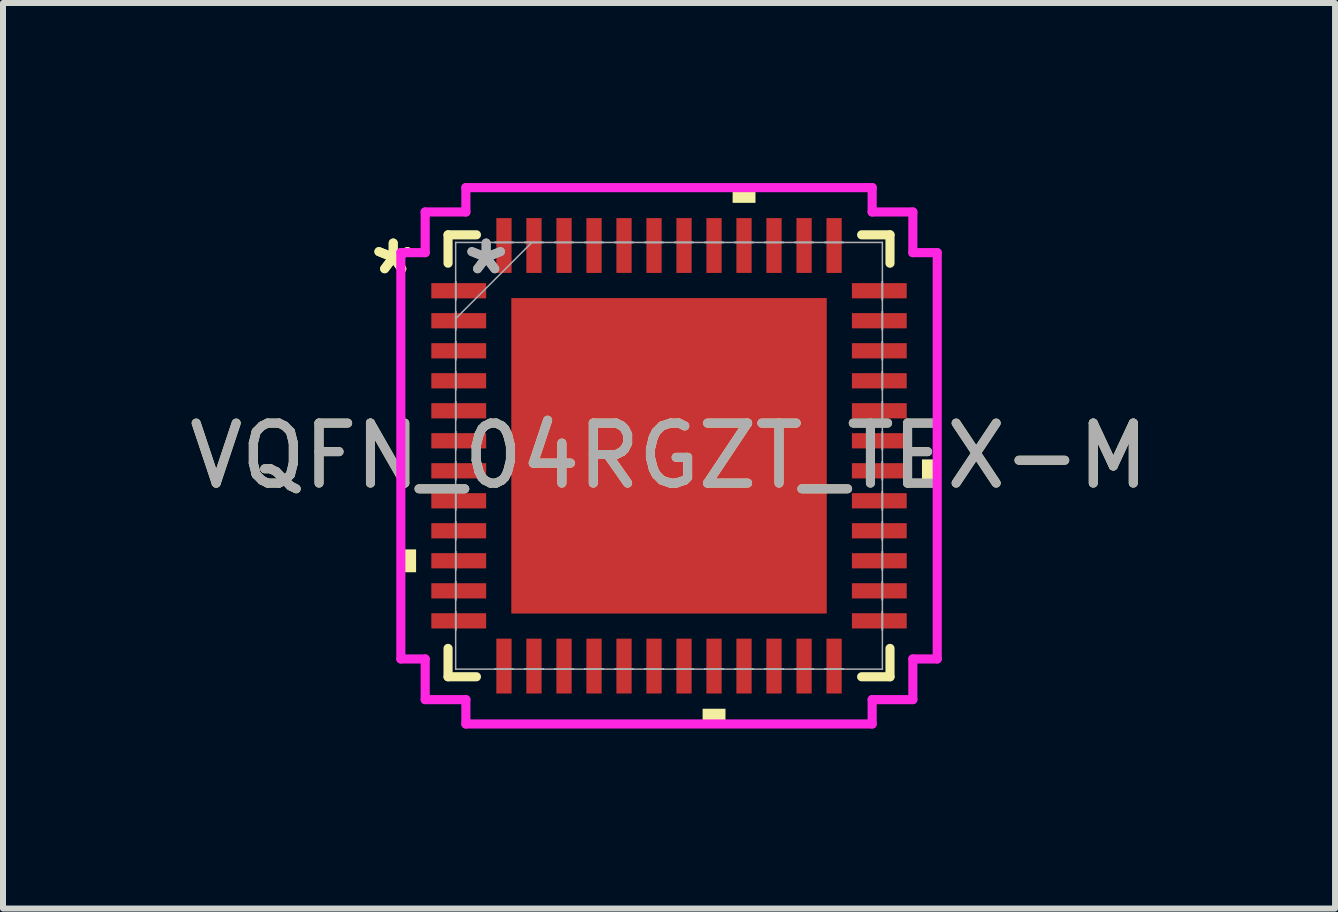
<source format=kicad_pcb>
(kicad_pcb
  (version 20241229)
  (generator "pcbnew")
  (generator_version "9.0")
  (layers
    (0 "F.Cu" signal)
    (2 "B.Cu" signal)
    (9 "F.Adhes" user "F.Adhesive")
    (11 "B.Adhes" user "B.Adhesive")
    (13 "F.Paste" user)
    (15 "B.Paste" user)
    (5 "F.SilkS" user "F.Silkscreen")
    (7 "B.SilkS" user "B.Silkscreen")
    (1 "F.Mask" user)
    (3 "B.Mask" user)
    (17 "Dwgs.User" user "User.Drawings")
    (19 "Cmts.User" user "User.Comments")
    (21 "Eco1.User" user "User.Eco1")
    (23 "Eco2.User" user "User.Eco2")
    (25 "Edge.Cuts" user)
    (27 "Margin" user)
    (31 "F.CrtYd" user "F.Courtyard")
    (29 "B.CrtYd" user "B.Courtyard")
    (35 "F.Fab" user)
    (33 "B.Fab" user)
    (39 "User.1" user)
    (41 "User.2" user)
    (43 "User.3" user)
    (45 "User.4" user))
  (footprint "VQFN_04RGZT_TEX-M"
    (layer "F.Cu")
    (at 8.101 4.547)
    (property "Reference" "VQFN_04RGZT_TEX-M" (at 0 0 0) (unlocked yes) (layer "F.SilkS") (effects (font (size 1 1) (thickness 0.15))))
    (attr smd)
    (fp_line (start -3.683 -3.683) (end -3.683 -3.21) (stroke (width 0.152) (type solid)) (layer "F.SilkS"))
    (fp_line (start -3.683 3.21) (end -3.683 3.683) (stroke (width 0.152) (type solid)) (layer "F.SilkS"))
    (fp_line (start -3.683 3.683) (end -3.21 3.683) (stroke (width 0.152) (type solid)) (layer "F.SilkS"))
    (fp_line (start -3.21 -3.683) (end -3.683 -3.683) (stroke (width 0.152) (type solid)) (layer "F.SilkS"))
    (fp_line (start 3.21 3.683) (end 3.683 3.683) (stroke (width 0.152) (type solid)) (layer "F.SilkS"))
    (fp_line (start 3.683 -3.683) (end 3.21 -3.683) (stroke (width 0.152) (type solid)) (layer "F.SilkS"))
    (fp_line (start 3.683 -3.21) (end 3.683 -3.683) (stroke (width 0.152) (type solid)) (layer "F.SilkS"))
    (fp_line (start 3.683 3.683) (end 3.683 3.21) (stroke (width 0.152) (type solid)) (layer "F.SilkS"))
    (fp_poly (pts (xy -4.47 1.56) (xy -4.47 1.941) (xy -4.216 1.941) (xy -4.216 1.56)) (stroke (width 0) (type solid)) (fill yes) (layer "F.SilkS"))
    (fp_poly (pts (xy 0.56 4.216) (xy 0.56 4.47) (xy 0.941 4.47) (xy 0.941 4.216)) (stroke (width 0) (type solid)) (fill yes) (layer "F.SilkS"))
    (fp_poly (pts (xy 1.06 -4.216) (xy 1.06 -4.47) (xy 1.441 -4.47) (xy 1.441 -4.216)) (stroke (width 0) (type solid)) (fill yes) (layer "F.SilkS"))
    (fp_poly (pts (xy 4.47 0.06) (xy 4.47 0.441) (xy 4.216 0.441) (xy 4.216 0.06)) (stroke (width 0) (type solid)) (fill yes) (layer "F.SilkS"))
    (fp_poly (pts (xy -2.529 -2.529) (xy -2.529 -1.414) (xy -1.414 -1.414) (xy -1.414 -2.529)) (stroke (width 0) (type solid)) (fill yes) (layer "F.Paste"))
    (fp_poly (pts (xy -2.529 -1.214) (xy -2.529 -0.1) (xy -1.414 -0.1) (xy -1.414 -1.214)) (stroke (width 0) (type solid)) (fill yes) (layer "F.Paste"))
    (fp_poly (pts (xy -2.529 0.1) (xy -2.529 1.214) (xy -1.414 1.214) (xy -1.414 0.1)) (stroke (width 0) (type solid)) (fill yes) (layer "F.Paste"))
    (fp_poly (pts (xy -2.529 1.414) (xy -2.529 2.529) (xy -1.414 2.529) (xy -1.414 1.414)) (stroke (width 0) (type solid)) (fill yes) (layer "F.Paste"))
    (fp_poly (pts (xy -1.214 -2.529) (xy -1.214 -1.414) (xy -0.1 -1.414) (xy -0.1 -2.529)) (stroke (width 0) (type solid)) (fill yes) (layer "F.Paste"))
    (fp_poly (pts (xy -1.214 -1.214) (xy -1.214 -0.1) (xy -0.1 -0.1) (xy -0.1 -1.214)) (stroke (width 0) (type solid)) (fill yes) (layer "F.Paste"))
    (fp_poly (pts (xy -1.214 0.1) (xy -1.214 1.214) (xy -0.1 1.214) (xy -0.1 0.1)) (stroke (width 0) (type solid)) (fill yes) (layer "F.Paste"))
    (fp_poly (pts (xy -1.214 1.414) (xy -1.214 2.529) (xy -0.1 2.529) (xy -0.1 1.414)) (stroke (width 0) (type solid)) (fill yes) (layer "F.Paste"))
    (fp_poly (pts (xy 0.1 -2.529) (xy 0.1 -1.414) (xy 1.214 -1.414) (xy 1.214 -2.529)) (stroke (width 0) (type solid)) (fill yes) (layer "F.Paste"))
    (fp_poly (pts (xy 0.1 -1.214) (xy 0.1 -0.1) (xy 1.214 -0.1) (xy 1.214 -1.214)) (stroke (width 0) (type solid)) (fill yes) (layer "F.Paste"))
    (fp_poly (pts (xy 0.1 0.1) (xy 0.1 1.214) (xy 1.214 1.214) (xy 1.214 0.1)) (stroke (width 0) (type solid)) (fill yes) (layer "F.Paste"))
    (fp_poly (pts (xy 0.1 1.414) (xy 0.1 2.529) (xy 1.214 2.529) (xy 1.214 1.414)) (stroke (width 0) (type solid)) (fill yes) (layer "F.Paste"))
    (fp_poly (pts (xy 1.414 -2.529) (xy 1.414 -1.414) (xy 2.529 -1.414) (xy 2.529 -2.529)) (stroke (width 0) (type solid)) (fill yes) (layer "F.Paste"))
    (fp_poly (pts (xy 1.414 -1.214) (xy 1.414 -0.1) (xy 2.529 -0.1) (xy 2.529 -1.214)) (stroke (width 0) (type solid)) (fill yes) (layer "F.Paste"))
    (fp_poly (pts (xy 1.414 0.1) (xy 1.414 1.214) (xy 2.529 1.214) (xy 2.529 0.1)) (stroke (width 0) (type solid)) (fill yes) (layer "F.Paste"))
    (fp_poly (pts (xy 1.414 1.414) (xy 1.414 2.529) (xy 2.529 2.529) (xy 2.529 1.414)) (stroke (width 0) (type solid)) (fill yes) (layer "F.Paste"))
    (fp_line (start -4.47 -3.386) (end -4.064 -3.386) (stroke (width 0.152) (type solid)) (layer "F.CrtYd"))
    (fp_line (start -4.47 3.386) (end -4.47 -3.386) (stroke (width 0.152) (type solid)) (layer "F.CrtYd"))
    (fp_line (start -4.064 -4.064) (end -3.386 -4.064) (stroke (width 0.152) (type solid)) (layer "F.CrtYd"))
    (fp_line (start -4.064 -3.386) (end -4.064 -4.064) (stroke (width 0.152) (type solid)) (layer "F.CrtYd"))
    (fp_line (start -4.064 3.386) (end -4.47 3.386) (stroke (width 0.152) (type solid)) (layer "F.CrtYd"))
    (fp_line (start -4.064 4.064) (end -4.064 3.386) (stroke (width 0.152) (type solid)) (layer "F.CrtYd"))
    (fp_line (start -3.386 -4.47) (end 3.386 -4.47) (stroke (width 0.152) (type solid)) (layer "F.CrtYd"))
    (fp_line (start -3.386 -4.064) (end -3.386 -4.47) (stroke (width 0.152) (type solid)) (layer "F.CrtYd"))
    (fp_line (start -3.386 4.064) (end -4.064 4.064) (stroke (width 0.152) (type solid)) (layer "F.CrtYd"))
    (fp_line (start -3.386 4.47) (end -3.386 4.064) (stroke (width 0.152) (type solid)) (layer "F.CrtYd"))
    (fp_line (start 3.386 -4.47) (end 3.386 -4.064) (stroke (width 0.152) (type solid)) (layer "F.CrtYd"))
    (fp_line (start 3.386 -4.064) (end 4.064 -4.064) (stroke (width 0.152) (type solid)) (layer "F.CrtYd"))
    (fp_line (start 3.386 4.064) (end 3.386 4.47) (stroke (width 0.152) (type solid)) (layer "F.CrtYd"))
    (fp_line (start 3.386 4.47) (end -3.386 4.47) (stroke (width 0.152) (type solid)) (layer "F.CrtYd"))
    (fp_line (start 4.064 -4.064) (end 4.064 -3.386) (stroke (width 0.152) (type solid)) (layer "F.CrtYd"))
    (fp_line (start 4.064 -3.386) (end 4.47 -3.386) (stroke (width 0.152) (type solid)) (layer "F.CrtYd"))
    (fp_line (start 4.064 3.386) (end 4.064 4.064) (stroke (width 0.152) (type solid)) (layer "F.CrtYd"))
    (fp_line (start 4.064 4.064) (end 3.386 4.064) (stroke (width 0.152) (type solid)) (layer "F.CrtYd"))
    (fp_line (start 4.47 -3.386) (end 4.47 3.386) (stroke (width 0.152) (type solid)) (layer "F.CrtYd"))
    (fp_line (start 4.47 3.386) (end 4.064 3.386) (stroke (width 0.152) (type solid)) (layer "F.CrtYd"))
    (fp_line (start -3.556 -3.556) (end -3.556 -3.556) (stroke (width 0.025) (type solid)) (layer "F.Fab"))
    (fp_line (start -3.556 -3.556) (end -3.556 3.556) (stroke (width 0.025) (type solid)) (layer "F.Fab"))
    (fp_line (start -3.556 -2.903) (end -3.556 -2.903) (stroke (width 0.025) (type solid)) (layer "F.Fab"))
    (fp_line (start -3.556 -2.903) (end -3.556 -2.598) (stroke (width 0.025) (type solid)) (layer "F.Fab"))
    (fp_line (start -3.556 -2.598) (end -3.556 -2.903) (stroke (width 0.025) (type solid)) (layer "F.Fab"))
    (fp_line (start -3.556 -2.598) (end -3.556 -2.598) (stroke (width 0.025) (type solid)) (layer "F.Fab"))
    (fp_line (start -3.556 -2.403) (end -3.556 -2.403) (stroke (width 0.025) (type solid)) (layer "F.Fab"))
    (fp_line (start -3.556 -2.403) (end -3.556 -2.098) (stroke (width 0.025) (type solid)) (layer "F.Fab"))
    (fp_line (start -3.556 -2.286) (end -2.286 -3.556) (stroke (width 0.025) (type solid)) (layer "F.Fab"))
    (fp_line (start -3.556 -2.098) (end -3.556 -2.403) (stroke (width 0.025) (type solid)) (layer "F.Fab"))
    (fp_line (start -3.556 -2.098) (end -3.556 -2.098) (stroke (width 0.025) (type solid)) (layer "F.Fab"))
    (fp_line (start -3.556 -1.903) (end -3.556 -1.903) (stroke (width 0.025) (type solid)) (layer "F.Fab"))
    (fp_line (start -3.556 -1.903) (end -3.556 -1.598) (stroke (width 0.025) (type solid)) (layer "F.Fab"))
    (fp_line (start -3.556 -1.598) (end -3.556 -1.903) (stroke (width 0.025) (type solid)) (layer "F.Fab"))
    (fp_line (start -3.556 -1.598) (end -3.556 -1.598) (stroke (width 0.025) (type solid)) (layer "F.Fab"))
    (fp_line (start -3.556 -1.403) (end -3.556 -1.403) (stroke (width 0.025) (type solid)) (layer "F.Fab"))
    (fp_line (start -3.556 -1.403) (end -3.556 -1.098) (stroke (width 0.025) (type solid)) (layer "F.Fab"))
    (fp_line (start -3.556 -1.098) (end -3.556 -1.403) (stroke (width 0.025) (type solid)) (layer "F.Fab"))
    (fp_line (start -3.556 -1.098) (end -3.556 -1.098) (stroke (width 0.025) (type solid)) (layer "F.Fab"))
    (fp_line (start -3.556 -0.903) (end -3.556 -0.903) (stroke (width 0.025) (type solid)) (layer "F.Fab"))
    (fp_line (start -3.556 -0.903) (end -3.556 -0.598) (stroke (width 0.025) (type solid)) (layer "F.Fab"))
    (fp_line (start -3.556 -0.598) (end -3.556 -0.903) (stroke (width 0.025) (type solid)) (layer "F.Fab"))
    (fp_line (start -3.556 -0.598) (end -3.556 -0.598) (stroke (width 0.025) (type solid)) (layer "F.Fab"))
    (fp_line (start -3.556 -0.402) (end -3.556 -0.402) (stroke (width 0.025) (type solid)) (layer "F.Fab"))
    (fp_line (start -3.556 -0.402) (end -3.556 -0.098) (stroke (width 0.025) (type solid)) (layer "F.Fab"))
    (fp_line (start -3.556 -0.098) (end -3.556 -0.402) (stroke (width 0.025) (type solid)) (layer "F.Fab"))
    (fp_line (start -3.556 -0.098) (end -3.556 -0.098) (stroke (width 0.025) (type solid)) (layer "F.Fab"))
    (fp_line (start -3.556 0.098) (end -3.556 0.098) (stroke (width 0.025) (type solid)) (layer "F.Fab"))
    (fp_line (start -3.556 0.098) (end -3.556 0.402) (stroke (width 0.025) (type solid)) (layer "F.Fab"))
    (fp_line (start -3.556 0.402) (end -3.556 0.098) (stroke (width 0.025) (type solid)) (layer "F.Fab"))
    (fp_line (start -3.556 0.402) (end -3.556 0.402) (stroke (width 0.025) (type solid)) (layer "F.Fab"))
    (fp_line (start -3.556 0.598) (end -3.556 0.598) (stroke (width 0.025) (type solid)) (layer "F.Fab"))
    (fp_line (start -3.556 0.598) (end -3.556 0.903) (stroke (width 0.025) (type solid)) (layer "F.Fab"))
    (fp_line (start -3.556 0.903) (end -3.556 0.598) (stroke (width 0.025) (type solid)) (layer "F.Fab"))
    (fp_line (start -3.556 0.903) (end -3.556 0.903) (stroke (width 0.025) (type solid)) (layer "F.Fab"))
    (fp_line (start -3.556 1.098) (end -3.556 1.098) (stroke (width 0.025) (type solid)) (layer "F.Fab"))
    (fp_line (start -3.556 1.098) (end -3.556 1.403) (stroke (width 0.025) (type solid)) (layer "F.Fab"))
    (fp_line (start -3.556 1.403) (end -3.556 1.098) (stroke (width 0.025) (type solid)) (layer "F.Fab"))
    (fp_line (start -3.556 1.403) (end -3.556 1.403) (stroke (width 0.025) (type solid)) (layer "F.Fab"))
    (fp_line (start -3.556 1.598) (end -3.556 1.598) (stroke (width 0.025) (type solid)) (layer "F.Fab"))
    (fp_line (start -3.556 1.598) (end -3.556 1.903) (stroke (width 0.025) (type solid)) (layer "F.Fab"))
    (fp_line (start -3.556 1.903) (end -3.556 1.598) (stroke (width 0.025) (type solid)) (layer "F.Fab"))
    (fp_line (start -3.556 1.903) (end -3.556 1.903) (stroke (width 0.025) (type solid)) (layer "F.Fab"))
    (fp_line (start -3.556 2.098) (end -3.556 2.098) (stroke (width 0.025) (type solid)) (layer "F.Fab"))
    (fp_line (start -3.556 2.098) (end -3.556 2.403) (stroke (width 0.025) (type solid)) (layer "F.Fab"))
    (fp_line (start -3.556 2.403) (end -3.556 2.098) (stroke (width 0.025) (type solid)) (layer "F.Fab"))
    (fp_line (start -3.556 2.403) (end -3.556 2.403) (stroke (width 0.025) (type solid)) (layer "F.Fab"))
    (fp_line (start -3.556 2.598) (end -3.556 2.598) (stroke (width 0.025) (type solid)) (layer "F.Fab"))
    (fp_line (start -3.556 2.598) (end -3.556 2.903) (stroke (width 0.025) (type solid)) (layer "F.Fab"))
    (fp_line (start -3.556 2.903) (end -3.556 2.598) (stroke (width 0.025) (type solid)) (layer "F.Fab"))
    (fp_line (start -3.556 2.903) (end -3.556 2.903) (stroke (width 0.025) (type solid)) (layer "F.Fab"))
    (fp_line (start -3.556 3.556) (end -3.556 3.556) (stroke (width 0.025) (type solid)) (layer "F.Fab"))
    (fp_line (start -3.556 3.556) (end 3.556 3.556) (stroke (width 0.025) (type solid)) (layer "F.Fab"))
    (fp_line (start -2.903 -3.556) (end -2.903 -3.556) (stroke (width 0.025) (type solid)) (layer "F.Fab"))
    (fp_line (start -2.903 -3.556) (end -2.598 -3.556) (stroke (width 0.025) (type solid)) (layer "F.Fab"))
    (fp_line (start -2.903 3.556) (end -2.903 3.556) (stroke (width 0.025) (type solid)) (layer "F.Fab"))
    (fp_line (start -2.903 3.556) (end -2.598 3.556) (stroke (width 0.025) (type solid)) (layer "F.Fab"))
    (fp_line (start -2.598 -3.556) (end -2.903 -3.556) (stroke (width 0.025) (type solid)) (layer "F.Fab"))
    (fp_line (start -2.598 -3.556) (end -2.598 -3.556) (stroke (width 0.025) (type solid)) (layer "F.Fab"))
    (fp_line (start -2.598 3.556) (end -2.903 3.556) (stroke (width 0.025) (type solid)) (layer "F.Fab"))
    (fp_line (start -2.598 3.556) (end -2.598 3.556) (stroke (width 0.025) (type solid)) (layer "F.Fab"))
    (fp_line (start -2.403 -3.556) (end -2.403 -3.556) (stroke (width 0.025) (type solid)) (layer "F.Fab"))
    (fp_line (start -2.403 -3.556) (end -2.098 -3.556) (stroke (width 0.025) (type solid)) (layer "F.Fab"))
    (fp_line (start -2.403 3.556) (end -2.403 3.556) (stroke (width 0.025) (type solid)) (layer "F.Fab"))
    (fp_line (start -2.403 3.556) (end -2.098 3.556) (stroke (width 0.025) (type solid)) (layer "F.Fab"))
    (fp_line (start -2.098 -3.556) (end -2.403 -3.556) (stroke (width 0.025) (type solid)) (layer "F.Fab"))
    (fp_line (start -2.098 -3.556) (end -2.098 -3.556) (stroke (width 0.025) (type solid)) (layer "F.Fab"))
    (fp_line (start -2.098 3.556) (end -2.403 3.556) (stroke (width 0.025) (type solid)) (layer "F.Fab"))
    (fp_line (start -2.098 3.556) (end -2.098 3.556) (stroke (width 0.025) (type solid)) (layer "F.Fab"))
    (fp_line (start -1.903 -3.556) (end -1.903 -3.556) (stroke (width 0.025) (type solid)) (layer "F.Fab"))
    (fp_line (start -1.903 -3.556) (end -1.598 -3.556) (stroke (width 0.025) (type solid)) (layer "F.Fab"))
    (fp_line (start -1.903 3.556) (end -1.903 3.556) (stroke (width 0.025) (type solid)) (layer "F.Fab"))
    (fp_line (start -1.903 3.556) (end -1.598 3.556) (stroke (width 0.025) (type solid)) (layer "F.Fab"))
    (fp_line (start -1.598 -3.556) (end -1.903 -3.556) (stroke (width 0.025) (type solid)) (layer "F.Fab"))
    (fp_line (start -1.598 -3.556) (end -1.598 -3.556) (stroke (width 0.025) (type solid)) (layer "F.Fab"))
    (fp_line (start -1.598 3.556) (end -1.903 3.556) (stroke (width 0.025) (type solid)) (layer "F.Fab"))
    (fp_line (start -1.598 3.556) (end -1.598 3.556) (stroke (width 0.025) (type solid)) (layer "F.Fab"))
    (fp_line (start -1.403 -3.556) (end -1.403 -3.556) (stroke (width 0.025) (type solid)) (layer "F.Fab"))
    (fp_line (start -1.403 -3.556) (end -1.098 -3.556) (stroke (width 0.025) (type solid)) (layer "F.Fab"))
    (fp_line (start -1.403 3.556) (end -1.403 3.556) (stroke (width 0.025) (type solid)) (layer "F.Fab"))
    (fp_line (start -1.403 3.556) (end -1.098 3.556) (stroke (width 0.025) (type solid)) (layer "F.Fab"))
    (fp_line (start -1.098 -3.556) (end -1.403 -3.556) (stroke (width 0.025) (type solid)) (layer "F.Fab"))
    (fp_line (start -1.098 -3.556) (end -1.098 -3.556) (stroke (width 0.025) (type solid)) (layer "F.Fab"))
    (fp_line (start -1.098 3.556) (end -1.403 3.556) (stroke (width 0.025) (type solid)) (layer "F.Fab"))
    (fp_line (start -1.098 3.556) (end -1.098 3.556) (stroke (width 0.025) (type solid)) (layer "F.Fab"))
    (fp_line (start -0.903 -3.556) (end -0.903 -3.556) (stroke (width 0.025) (type solid)) (layer "F.Fab"))
    (fp_line (start -0.903 -3.556) (end -0.598 -3.556) (stroke (width 0.025) (type solid)) (layer "F.Fab"))
    (fp_line (start -0.903 3.556) (end -0.903 3.556) (stroke (width 0.025) (type solid)) (layer "F.Fab"))
    (fp_line (start -0.903 3.556) (end -0.598 3.556) (stroke (width 0.025) (type solid)) (layer "F.Fab"))
    (fp_line (start -0.598 -3.556) (end -0.903 -3.556) (stroke (width 0.025) (type solid)) (layer "F.Fab"))
    (fp_line (start -0.598 -3.556) (end -0.598 -3.556) (stroke (width 0.025) (type solid)) (layer "F.Fab"))
    (fp_line (start -0.598 3.556) (end -0.903 3.556) (stroke (width 0.025) (type solid)) (layer "F.Fab"))
    (fp_line (start -0.598 3.556) (end -0.598 3.556) (stroke (width 0.025) (type solid)) (layer "F.Fab"))
    (fp_line (start -0.402 -3.556) (end -0.402 -3.556) (stroke (width 0.025) (type solid)) (layer "F.Fab"))
    (fp_line (start -0.402 -3.556) (end -0.098 -3.556) (stroke (width 0.025) (type solid)) (layer "F.Fab"))
    (fp_line (start -0.402 3.556) (end -0.402 3.556) (stroke (width 0.025) (type solid)) (layer "F.Fab"))
    (fp_line (start -0.402 3.556) (end -0.098 3.556) (stroke (width 0.025) (type solid)) (layer "F.Fab"))
    (fp_line (start -0.098 -3.556) (end -0.402 -3.556) (stroke (width 0.025) (type solid)) (layer "F.Fab"))
    (fp_line (start -0.098 -3.556) (end -0.098 -3.556) (stroke (width 0.025) (type solid)) (layer "F.Fab"))
    (fp_line (start -0.098 3.556) (end -0.402 3.556) (stroke (width 0.025) (type solid)) (layer "F.Fab"))
    (fp_line (start -0.098 3.556) (end -0.098 3.556) (stroke (width 0.025) (type solid)) (layer "F.Fab"))
    (fp_line (start 0.098 -3.556) (end 0.098 -3.556) (stroke (width 0.025) (type solid)) (layer "F.Fab"))
    (fp_line (start 0.098 -3.556) (end 0.402 -3.556) (stroke (width 0.025) (type solid)) (layer "F.Fab"))
    (fp_line (start 0.098 3.556) (end 0.098 3.556) (stroke (width 0.025) (type solid)) (layer "F.Fab"))
    (fp_line (start 0.098 3.556) (end 0.402 3.556) (stroke (width 0.025) (type solid)) (layer "F.Fab"))
    (fp_line (start 0.402 -3.556) (end 0.098 -3.556) (stroke (width 0.025) (type solid)) (layer "F.Fab"))
    (fp_line (start 0.402 -3.556) (end 0.402 -3.556) (stroke (width 0.025) (type solid)) (layer "F.Fab"))
    (fp_line (start 0.402 3.556) (end 0.098 3.556) (stroke (width 0.025) (type solid)) (layer "F.Fab"))
    (fp_line (start 0.402 3.556) (end 0.402 3.556) (stroke (width 0.025) (type solid)) (layer "F.Fab"))
    (fp_line (start 0.598 -3.556) (end 0.598 -3.556) (stroke (width 0.025) (type solid)) (layer "F.Fab"))
    (fp_line (start 0.598 -3.556) (end 0.903 -3.556) (stroke (width 0.025) (type solid)) (layer "F.Fab"))
    (fp_line (start 0.598 3.556) (end 0.598 3.556) (stroke (width 0.025) (type solid)) (layer "F.Fab"))
    (fp_line (start 0.598 3.556) (end 0.903 3.556) (stroke (width 0.025) (type solid)) (layer "F.Fab"))
    (fp_line (start 0.903 -3.556) (end 0.598 -3.556) (stroke (width 0.025) (type solid)) (layer "F.Fab"))
    (fp_line (start 0.903 -3.556) (end 0.903 -3.556) (stroke (width 0.025) (type solid)) (layer "F.Fab"))
    (fp_line (start 0.903 3.556) (end 0.598 3.556) (stroke (width 0.025) (type solid)) (layer "F.Fab"))
    (fp_line (start 0.903 3.556) (end 0.903 3.556) (stroke (width 0.025) (type solid)) (layer "F.Fab"))
    (fp_line (start 1.098 -3.556) (end 1.098 -3.556) (stroke (width 0.025) (type solid)) (layer "F.Fab"))
    (fp_line (start 1.098 -3.556) (end 1.403 -3.556) (stroke (width 0.025) (type solid)) (layer "F.Fab"))
    (fp_line (start 1.098 3.556) (end 1.098 3.556) (stroke (width 0.025) (type solid)) (layer "F.Fab"))
    (fp_line (start 1.098 3.556) (end 1.403 3.556) (stroke (width 0.025) (type solid)) (layer "F.Fab"))
    (fp_line (start 1.403 -3.556) (end 1.098 -3.556) (stroke (width 0.025) (type solid)) (layer "F.Fab"))
    (fp_line (start 1.403 -3.556) (end 1.403 -3.556) (stroke (width 0.025) (type solid)) (layer "F.Fab"))
    (fp_line (start 1.403 3.556) (end 1.098 3.556) (stroke (width 0.025) (type solid)) (layer "F.Fab"))
    (fp_line (start 1.403 3.556) (end 1.403 3.556) (stroke (width 0.025) (type solid)) (layer "F.Fab"))
    (fp_line (start 1.598 -3.556) (end 1.598 -3.556) (stroke (width 0.025) (type solid)) (layer "F.Fab"))
    (fp_line (start 1.598 -3.556) (end 1.903 -3.556) (stroke (width 0.025) (type solid)) (layer "F.Fab"))
    (fp_line (start 1.598 3.556) (end 1.598 3.556) (stroke (width 0.025) (type solid)) (layer "F.Fab"))
    (fp_line (start 1.598 3.556) (end 1.903 3.556) (stroke (width 0.025) (type solid)) (layer "F.Fab"))
    (fp_line (start 1.903 -3.556) (end 1.598 -3.556) (stroke (width 0.025) (type solid)) (layer "F.Fab"))
    (fp_line (start 1.903 -3.556) (end 1.903 -3.556) (stroke (width 0.025) (type solid)) (layer "F.Fab"))
    (fp_line (start 1.903 3.556) (end 1.598 3.556) (stroke (width 0.025) (type solid)) (layer "F.Fab"))
    (fp_line (start 1.903 3.556) (end 1.903 3.556) (stroke (width 0.025) (type solid)) (layer "F.Fab"))
    (fp_line (start 2.098 -3.556) (end 2.098 -3.556) (stroke (width 0.025) (type solid)) (layer "F.Fab"))
    (fp_line (start 2.098 -3.556) (end 2.403 -3.556) (stroke (width 0.025) (type solid)) (layer "F.Fab"))
    (fp_line (start 2.098 3.556) (end 2.098 3.556) (stroke (width 0.025) (type solid)) (layer "F.Fab"))
    (fp_line (start 2.098 3.556) (end 2.403 3.556) (stroke (width 0.025) (type solid)) (layer "F.Fab"))
    (fp_line (start 2.403 -3.556) (end 2.098 -3.556) (stroke (width 0.025) (type solid)) (layer "F.Fab"))
    (fp_line (start 2.403 -3.556) (end 2.403 -3.556) (stroke (width 0.025) (type solid)) (layer "F.Fab"))
    (fp_line (start 2.403 3.556) (end 2.098 3.556) (stroke (width 0.025) (type solid)) (layer "F.Fab"))
    (fp_line (start 2.403 3.556) (end 2.403 3.556) (stroke (width 0.025) (type solid)) (layer "F.Fab"))
    (fp_line (start 2.598 -3.556) (end 2.598 -3.556) (stroke (width 0.025) (type solid)) (layer "F.Fab"))
    (fp_line (start 2.598 -3.556) (end 2.903 -3.556) (stroke (width 0.025) (type solid)) (layer "F.Fab"))
    (fp_line (start 2.598 3.556) (end 2.598 3.556) (stroke (width 0.025) (type solid)) (layer "F.Fab"))
    (fp_line (start 2.598 3.556) (end 2.903 3.556) (stroke (width 0.025) (type solid)) (layer "F.Fab"))
    (fp_line (start 2.903 -3.556) (end 2.598 -3.556) (stroke (width 0.025) (type solid)) (layer "F.Fab"))
    (fp_line (start 2.903 -3.556) (end 2.903 -3.556) (stroke (width 0.025) (type solid)) (layer "F.Fab"))
    (fp_line (start 2.903 3.556) (end 2.598 3.556) (stroke (width 0.025) (type solid)) (layer "F.Fab"))
    (fp_line (start 2.903 3.556) (end 2.903 3.556) (stroke (width 0.025) (type solid)) (layer "F.Fab"))
    (fp_line (start 3.556 -3.556) (end -3.556 -3.556) (stroke (width 0.025) (type solid)) (layer "F.Fab"))
    (fp_line (start 3.556 -3.556) (end 3.556 -3.556) (stroke (width 0.025) (type solid)) (layer "F.Fab"))
    (fp_line (start 3.556 -2.903) (end 3.556 -2.903) (stroke (width 0.025) (type solid)) (layer "F.Fab"))
    (fp_line (start 3.556 -2.903) (end 3.556 -2.598) (stroke (width 0.025) (type solid)) (layer "F.Fab"))
    (fp_line (start 3.556 -2.598) (end 3.556 -2.903) (stroke (width 0.025) (type solid)) (layer "F.Fab"))
    (fp_line (start 3.556 -2.598) (end 3.556 -2.598) (stroke (width 0.025) (type solid)) (layer "F.Fab"))
    (fp_line (start 3.556 -2.403) (end 3.556 -2.403) (stroke (width 0.025) (type solid)) (layer "F.Fab"))
    (fp_line (start 3.556 -2.403) (end 3.556 -2.098) (stroke (width 0.025) (type solid)) (layer "F.Fab"))
    (fp_line (start 3.556 -2.098) (end 3.556 -2.403) (stroke (width 0.025) (type solid)) (layer "F.Fab"))
    (fp_line (start 3.556 -2.098) (end 3.556 -2.098) (stroke (width 0.025) (type solid)) (layer "F.Fab"))
    (fp_line (start 3.556 -1.903) (end 3.556 -1.903) (stroke (width 0.025) (type solid)) (layer "F.Fab"))
    (fp_line (start 3.556 -1.903) (end 3.556 -1.598) (stroke (width 0.025) (type solid)) (layer "F.Fab"))
    (fp_line (start 3.556 -1.598) (end 3.556 -1.903) (stroke (width 0.025) (type solid)) (layer "F.Fab"))
    (fp_line (start 3.556 -1.598) (end 3.556 -1.598) (stroke (width 0.025) (type solid)) (layer "F.Fab"))
    (fp_line (start 3.556 -1.403) (end 3.556 -1.403) (stroke (width 0.025) (type solid)) (layer "F.Fab"))
    (fp_line (start 3.556 -1.403) (end 3.556 -1.098) (stroke (width 0.025) (type solid)) (layer "F.Fab"))
    (fp_line (start 3.556 -1.098) (end 3.556 -1.403) (stroke (width 0.025) (type solid)) (layer "F.Fab"))
    (fp_line (start 3.556 -1.098) (end 3.556 -1.098) (stroke (width 0.025) (type solid)) (layer "F.Fab"))
    (fp_line (start 3.556 -0.903) (end 3.556 -0.903) (stroke (width 0.025) (type solid)) (layer "F.Fab"))
    (fp_line (start 3.556 -0.903) (end 3.556 -0.598) (stroke (width 0.025) (type solid)) (layer "F.Fab"))
    (fp_line (start 3.556 -0.598) (end 3.556 -0.903) (stroke (width 0.025) (type solid)) (layer "F.Fab"))
    (fp_line (start 3.556 -0.598) (end 3.556 -0.598) (stroke (width 0.025) (type solid)) (layer "F.Fab"))
    (fp_line (start 3.556 -0.402) (end 3.556 -0.402) (stroke (width 0.025) (type solid)) (layer "F.Fab"))
    (fp_line (start 3.556 -0.402) (end 3.556 -0.098) (stroke (width 0.025) (type solid)) (layer "F.Fab"))
    (fp_line (start 3.556 -0.098) (end 3.556 -0.402) (stroke (width 0.025) (type solid)) (layer "F.Fab"))
    (fp_line (start 3.556 -0.098) (end 3.556 -0.098) (stroke (width 0.025) (type solid)) (layer "F.Fab"))
    (fp_line (start 3.556 0.098) (end 3.556 0.098) (stroke (width 0.025) (type solid)) (layer "F.Fab"))
    (fp_line (start 3.556 0.098) (end 3.556 0.402) (stroke (width 0.025) (type solid)) (layer "F.Fab"))
    (fp_line (start 3.556 0.402) (end 3.556 0.098) (stroke (width 0.025) (type solid)) (layer "F.Fab"))
    (fp_line (start 3.556 0.402) (end 3.556 0.402) (stroke (width 0.025) (type solid)) (layer "F.Fab"))
    (fp_line (start 3.556 0.598) (end 3.556 0.598) (stroke (width 0.025) (type solid)) (layer "F.Fab"))
    (fp_line (start 3.556 0.598) (end 3.556 0.903) (stroke (width 0.025) (type solid)) (layer "F.Fab"))
    (fp_line (start 3.556 0.903) (end 3.556 0.598) (stroke (width 0.025) (type solid)) (layer "F.Fab"))
    (fp_line (start 3.556 0.903) (end 3.556 0.903) (stroke (width 0.025) (type solid)) (layer "F.Fab"))
    (fp_line (start 3.556 1.098) (end 3.556 1.098) (stroke (width 0.025) (type solid)) (layer "F.Fab"))
    (fp_line (start 3.556 1.098) (end 3.556 1.403) (stroke (width 0.025) (type solid)) (layer "F.Fab"))
    (fp_line (start 3.556 1.403) (end 3.556 1.098) (stroke (width 0.025) (type solid)) (layer "F.Fab"))
    (fp_line (start 3.556 1.403) (end 3.556 1.403) (stroke (width 0.025) (type solid)) (layer "F.Fab"))
    (fp_line (start 3.556 1.598) (end 3.556 1.598) (stroke (width 0.025) (type solid)) (layer "F.Fab"))
    (fp_line (start 3.556 1.598) (end 3.556 1.903) (stroke (width 0.025) (type solid)) (layer "F.Fab"))
    (fp_line (start 3.556 1.903) (end 3.556 1.598) (stroke (width 0.025) (type solid)) (layer "F.Fab"))
    (fp_line (start 3.556 1.903) (end 3.556 1.903) (stroke (width 0.025) (type solid)) (layer "F.Fab"))
    (fp_line (start 3.556 2.098) (end 3.556 2.098) (stroke (width 0.025) (type solid)) (layer "F.Fab"))
    (fp_line (start 3.556 2.098) (end 3.556 2.403) (stroke (width 0.025) (type solid)) (layer "F.Fab"))
    (fp_line (start 3.556 2.403) (end 3.556 2.098) (stroke (width 0.025) (type solid)) (layer "F.Fab"))
    (fp_line (start 3.556 2.403) (end 3.556 2.403) (stroke (width 0.025) (type solid)) (layer "F.Fab"))
    (fp_line (start 3.556 2.598) (end 3.556 2.598) (stroke (width 0.025) (type solid)) (layer "F.Fab"))
    (fp_line (start 3.556 2.598) (end 3.556 2.903) (stroke (width 0.025) (type solid)) (layer "F.Fab"))
    (fp_line (start 3.556 2.903) (end 3.556 2.598) (stroke (width 0.025) (type solid)) (layer "F.Fab"))
    (fp_line (start 3.556 2.903) (end 3.556 2.903) (stroke (width 0.025) (type solid)) (layer "F.Fab"))
    (fp_line (start 3.556 3.556) (end 3.556 -3.556) (stroke (width 0.025) (type solid)) (layer "F.Fab"))
    (fp_line (start 3.556 3.556) (end 3.556 3.556) (stroke (width 0.025) (type solid)) (layer "F.Fab"))
    (fp_text user "*" (at -4.597 -3.001 0) (layer "F.SilkS") (effects (font (size 1 1) (thickness 0.15))))
    (fp_text user "*" (at -4.597 -3.001 0) (unlocked yes) (layer "F.SilkS") (effects (font (size 1 1) (thickness 0.15))))
    (fp_text user "*" (at -3.048 -3.001 0) (unlocked yes) (layer "F.Fab") (effects (font (size 1 1) (thickness 0.15))))
    (fp_text user "*" (at -3.048 -3.001 0) (layer "F.Fab") (effects (font (size 1 1) (thickness 0.15))))
    (fp_text user "${REFERENCE}" (at 0 0 0) (unlocked yes) (layer "F.Fab") (effects (font (size 1 1) (thickness 0.15))))
    (pad "1" smd rect (at -3.505 -2.751 90) (size 0.254 0.914) (layers "F.Cu" "F.Mask" "F.Paste"))
    (pad "2" smd rect (at -3.505 -2.251 90) (size 0.254 0.914) (layers "F.Cu" "F.Mask" "F.Paste"))
    (pad "3" smd rect (at -3.505 -1.75 90) (size 0.254 0.914) (layers "F.Cu" "F.Mask" "F.Paste"))
    (pad "4" smd rect (at -3.505 -1.25 90) (size 0.254 0.914) (layers "F.Cu" "F.Mask" "F.Paste"))
    (pad "5" smd rect (at -3.505 -0.75 90) (size 0.254 0.914) (layers "F.Cu" "F.Mask" "F.Paste"))
    (pad "6" smd rect (at -3.505 -0.25 90) (size 0.254 0.914) (layers "F.Cu" "F.Mask" "F.Paste"))
    (pad "7" smd rect (at -3.505 0.25 90) (size 0.254 0.914) (layers "F.Cu" "F.Mask" "F.Paste"))
    (pad "8" smd rect (at -3.505 0.75 90) (size 0.254 0.914) (layers "F.Cu" "F.Mask" "F.Paste"))
    (pad "9" smd rect (at -3.505 1.25 90) (size 0.254 0.914) (layers "F.Cu" "F.Mask" "F.Paste"))
    (pad "10" smd rect (at -3.505 1.75 90) (size 0.254 0.914) (layers "F.Cu" "F.Mask" "F.Paste"))
    (pad "11" smd rect (at -3.505 2.251 90) (size 0.254 0.914) (layers "F.Cu" "F.Mask" "F.Paste"))
    (pad "12" smd rect (at -3.505 2.751 90) (size 0.254 0.914) (layers "F.Cu" "F.Mask" "F.Paste"))
    (pad "13" smd rect (at -2.751 3.505) (size 0.254 0.914) (layers "F.Cu" "F.Mask" "F.Paste"))
    (pad "14" smd rect (at -2.251 3.505) (size 0.254 0.914) (layers "F.Cu" "F.Mask" "F.Paste"))
    (pad "15" smd rect (at -1.75 3.505) (size 0.254 0.914) (layers "F.Cu" "F.Mask" "F.Paste"))
    (pad "16" smd rect (at -1.25 3.505) (size 0.254 0.914) (layers "F.Cu" "F.Mask" "F.Paste"))
    (pad "17" smd rect (at -0.75 3.505) (size 0.254 0.914) (layers "F.Cu" "F.Mask" "F.Paste"))
    (pad "18" smd rect (at -0.25 3.505) (size 0.254 0.914) (layers "F.Cu" "F.Mask" "F.Paste"))
    (pad "19" smd rect (at 0.25 3.505) (size 0.254 0.914) (layers "F.Cu" "F.Mask" "F.Paste"))
    (pad "20" smd rect (at 0.75 3.505) (size 0.254 0.914) (layers "F.Cu" "F.Mask" "F.Paste"))
    (pad "21" smd rect (at 1.25 3.505) (size 0.254 0.914) (layers "F.Cu" "F.Mask" "F.Paste"))
    (pad "22" smd rect (at 1.75 3.505) (size 0.254 0.914) (layers "F.Cu" "F.Mask" "F.Paste"))
    (pad "23" smd rect (at 2.251 3.505) (size 0.254 0.914) (layers "F.Cu" "F.Mask" "F.Paste"))
    (pad "24" smd rect (at 2.751 3.505) (size 0.254 0.914) (layers "F.Cu" "F.Mask" "F.Paste"))
    (pad "25" smd rect (at 3.505 2.751 90) (size 0.254 0.914) (layers "F.Cu" "F.Mask" "F.Paste"))
    (pad "26" smd rect (at 3.505 2.251 90) (size 0.254 0.914) (layers "F.Cu" "F.Mask" "F.Paste"))
    (pad "27" smd rect (at 3.505 1.75 90) (size 0.254 0.914) (layers "F.Cu" "F.Mask" "F.Paste"))
    (pad "28" smd rect (at 3.505 1.25 90) (size 0.254 0.914) (layers "F.Cu" "F.Mask" "F.Paste"))
    (pad "29" smd rect (at 3.505 0.75 90) (size 0.254 0.914) (layers "F.Cu" "F.Mask" "F.Paste"))
    (pad "30" smd rect (at 3.505 0.25 90) (size 0.254 0.914) (layers "F.Cu" "F.Mask" "F.Paste"))
    (pad "31" smd rect (at 3.505 -0.25 90) (size 0.254 0.914) (layers "F.Cu" "F.Mask" "F.Paste"))
    (pad "32" smd rect (at 3.505 -0.75 90) (size 0.254 0.914) (layers "F.Cu" "F.Mask" "F.Paste"))
    (pad "33" smd rect (at 3.505 -1.25 90) (size 0.254 0.914) (layers "F.Cu" "F.Mask" "F.Paste"))
    (pad "34" smd rect (at 3.505 -1.75 90) (size 0.254 0.914) (layers "F.Cu" "F.Mask" "F.Paste"))
    (pad "35" smd rect (at 3.505 -2.251 90) (size 0.254 0.914) (layers "F.Cu" "F.Mask" "F.Paste"))
    (pad "36" smd rect (at 3.505 -2.751 90) (size 0.254 0.914) (layers "F.Cu" "F.Mask" "F.Paste"))
    (pad "37" smd rect (at 2.751 -3.505) (size 0.254 0.914) (layers "F.Cu" "F.Mask" "F.Paste"))
    (pad "38" smd rect (at 2.251 -3.505) (size 0.254 0.914) (layers "F.Cu" "F.Mask" "F.Paste"))
    (pad "39" smd rect (at 1.75 -3.505) (size 0.254 0.914) (layers "F.Cu" "F.Mask" "F.Paste"))
    (pad "40" smd rect (at 1.25 -3.505) (size 0.254 0.914) (layers "F.Cu" "F.Mask" "F.Paste"))
    (pad "41" smd rect (at 0.75 -3.505) (size 0.254 0.914) (layers "F.Cu" "F.Mask" "F.Paste"))
    (pad "42" smd rect (at 0.25 -3.505) (size 0.254 0.914) (layers "F.Cu" "F.Mask" "F.Paste"))
    (pad "43" smd rect (at -0.25 -3.505) (size 0.254 0.914) (layers "F.Cu" "F.Mask" "F.Paste"))
    (pad "44" smd rect (at -0.75 -3.505) (size 0.254 0.914) (layers "F.Cu" "F.Mask" "F.Paste"))
    (pad "45" smd rect (at -1.25 -3.505) (size 0.254 0.914) (layers "F.Cu" "F.Mask" "F.Paste"))
    (pad "46" smd rect (at -1.75 -3.505) (size 0.254 0.914) (layers "F.Cu" "F.Mask" "F.Paste"))
    (pad "47" smd rect (at -2.251 -3.505) (size 0.254 0.914) (layers "F.Cu" "F.Mask" "F.Paste"))
    (pad "48" smd rect (at -2.751 -3.505) (size 0.254 0.914) (layers "F.Cu" "F.Mask" "F.Paste"))
    (pad "49" smd rect (at 0 0) (size 5.258 5.258) (layers "F.Cu" "F.Mask")))
  (gr_rect
    (start -3 -3)
    (end 19.202 12.093)
    (stroke (width 0.1) (type default))
    (fill no)
    (layer "Edge.Cuts")))
</source>
